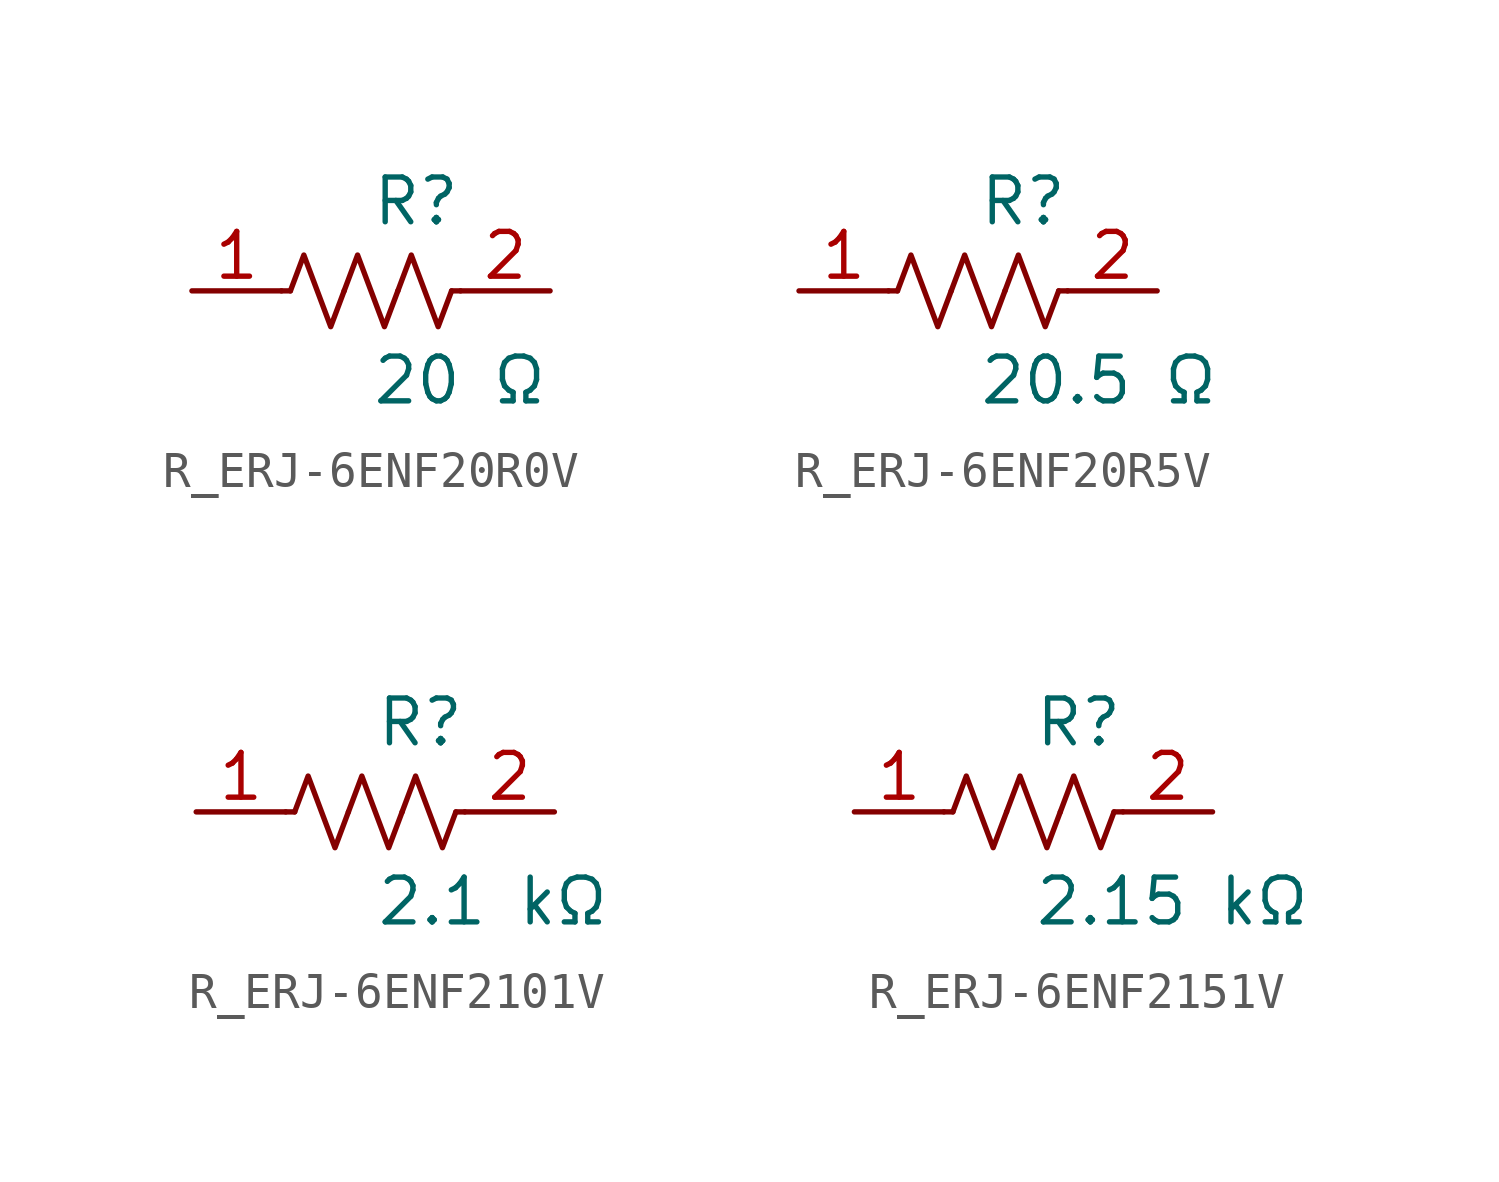
<source format=kicad_sym>
(kicad_symbol_lib
  (version 20231120)
  (generator kicad_symbol_editor)
  (generator_version 8.0)
  (symbol "R_ERJ-6ENF20R0V"
    (pin_names
      (offset 0.254))
    (property "Reference" "R"
      (at 0.0 2.54 0)
      (effects (font (size 1.27 1.27)) (justify left)))
    (property "Value" "20 Ω"
      (at 0.0 -2.54 0)
      (effects (font (size 1.27 1.27)) (justify left)))
    (symbol "R_ERJ-6ENF20R0V_0_1"
      (polyline (pts (xy 2.286 0) (xy 2.54 0)) (stroke (width 0) (type default)) (fill (type none)))
      (polyline (pts (xy -2.286 0) (xy -2.54 0)) (stroke (width 0) (type default)) (fill (type none)))
      (polyline (pts (xy 0.762 0) (xy 1.143 1.016) (xy 1.524 0) (xy 1.905 -1.016) (xy 2.286 0)) (stroke (width 0) (type default)) (fill (type none)))
      (polyline (pts (xy -0.762 0) (xy -0.381 1.016) (xy 0 0) (xy 0.381 -1.016) (xy 0.762 0)) (stroke (width 0) (type default)) (fill (type none)))
      (polyline (pts (xy -2.286 0) (xy -1.905 1.016) (xy -1.524 0) (xy -1.143 -1.016) (xy -0.762 0)) (stroke (width 0) (type default)) (fill (type none))))
    (pin unspecified line
      (at -5.08 0 0)
      (length 2.54)
      (name "" (effects (font (size 1.27 1.27))))
      (number "1" (effects (font (size 1.27 1.27)))))
    (pin unspecified line
      (at 5.08 0 180)
      (length 2.54)
      (name "" (effects (font (size 1.27 1.27))))
      (number "2" (effects (font (size 1.27 1.27))))))
  (symbol "R_ERJ-6ENF20R5V"
    (pin_names
      (offset 0.254))
    (property "Reference" "R"
      (at 0.0 2.54 0)
      (effects (font (size 1.27 1.27)) (justify left)))
    (property "Value" "20.5 Ω"
      (at 0.0 -2.54 0)
      (effects (font (size 1.27 1.27)) (justify left)))
    (symbol "R_ERJ-6ENF20R5V_0_1"
      (polyline (pts (xy 2.286 0) (xy 2.54 0)) (stroke (width 0) (type default)) (fill (type none)))
      (polyline (pts (xy -2.286 0) (xy -2.54 0)) (stroke (width 0) (type default)) (fill (type none)))
      (polyline (pts (xy 0.762 0) (xy 1.143 1.016) (xy 1.524 0) (xy 1.905 -1.016) (xy 2.286 0)) (stroke (width 0) (type default)) (fill (type none)))
      (polyline (pts (xy -0.762 0) (xy -0.381 1.016) (xy 0 0) (xy 0.381 -1.016) (xy 0.762 0)) (stroke (width 0) (type default)) (fill (type none)))
      (polyline (pts (xy -2.286 0) (xy -1.905 1.016) (xy -1.524 0) (xy -1.143 -1.016) (xy -0.762 0)) (stroke (width 0) (type default)) (fill (type none))))
    (pin unspecified line
      (at -5.08 0 0)
      (length 2.54)
      (name "" (effects (font (size 1.27 1.27))))
      (number "1" (effects (font (size 1.27 1.27)))))
    (pin unspecified line
      (at 5.08 0 180)
      (length 2.54)
      (name "" (effects (font (size 1.27 1.27))))
      (number "2" (effects (font (size 1.27 1.27))))))
  (symbol "R_ERJ-6ENF2101V"
    (pin_names
      (offset 0.254))
    (property "Reference" "R"
      (at 0.0 2.54 0)
      (effects (font (size 1.27 1.27)) (justify left)))
    (property "Value" "2.1 kΩ"
      (at 0.0 -2.54 0)
      (effects (font (size 1.27 1.27)) (justify left)))
    (symbol "R_ERJ-6ENF2101V_0_1"
      (polyline (pts (xy 2.286 0) (xy 2.54 0)) (stroke (width 0) (type default)) (fill (type none)))
      (polyline (pts (xy -2.286 0) (xy -2.54 0)) (stroke (width 0) (type default)) (fill (type none)))
      (polyline (pts (xy 0.762 0) (xy 1.143 1.016) (xy 1.524 0) (xy 1.905 -1.016) (xy 2.286 0)) (stroke (width 0) (type default)) (fill (type none)))
      (polyline (pts (xy -0.762 0) (xy -0.381 1.016) (xy 0 0) (xy 0.381 -1.016) (xy 0.762 0)) (stroke (width 0) (type default)) (fill (type none)))
      (polyline (pts (xy -2.286 0) (xy -1.905 1.016) (xy -1.524 0) (xy -1.143 -1.016) (xy -0.762 0)) (stroke (width 0) (type default)) (fill (type none))))
    (pin unspecified line
      (at -5.08 0 0)
      (length 2.54)
      (name "" (effects (font (size 1.27 1.27))))
      (number "1" (effects (font (size 1.27 1.27)))))
    (pin unspecified line
      (at 5.08 0 180)
      (length 2.54)
      (name "" (effects (font (size 1.27 1.27))))
      (number "2" (effects (font (size 1.27 1.27))))))
  (symbol "R_ERJ-6ENF2151V"
    (pin_names
      (offset 0.254))
    (property "Reference" "R"
      (at 0.0 2.54 0)
      (effects (font (size 1.27 1.27)) (justify left)))
    (property "Value" "2.15 kΩ"
      (at 0.0 -2.54 0)
      (effects (font (size 1.27 1.27)) (justify left)))
    (symbol "R_ERJ-6ENF2151V_0_1"
      (polyline (pts (xy 2.286 0) (xy 2.54 0)) (stroke (width 0) (type default)) (fill (type none)))
      (polyline (pts (xy -2.286 0) (xy -2.54 0)) (stroke (width 0) (type default)) (fill (type none)))
      (polyline (pts (xy 0.762 0) (xy 1.143 1.016) (xy 1.524 0) (xy 1.905 -1.016) (xy 2.286 0)) (stroke (width 0) (type default)) (fill (type none)))
      (polyline (pts (xy -0.762 0) (xy -0.381 1.016) (xy 0 0) (xy 0.381 -1.016) (xy 0.762 0)) (stroke (width 0) (type default)) (fill (type none)))
      (polyline (pts (xy -2.286 0) (xy -1.905 1.016) (xy -1.524 0) (xy -1.143 -1.016) (xy -0.762 0)) (stroke (width 0) (type default)) (fill (type none))))
    (pin unspecified line
      (at -5.08 0 0)
      (length 2.54)
      (name "" (effects (font (size 1.27 1.27))))
      (number "1" (effects (font (size 1.27 1.27)))))
    (pin unspecified line
      (at 5.08 0 180)
      (length 2.54)
      (name "" (effects (font (size 1.27 1.27))))
      (number "2" (effects (font (size 1.27 1.27)))))))
</source>
